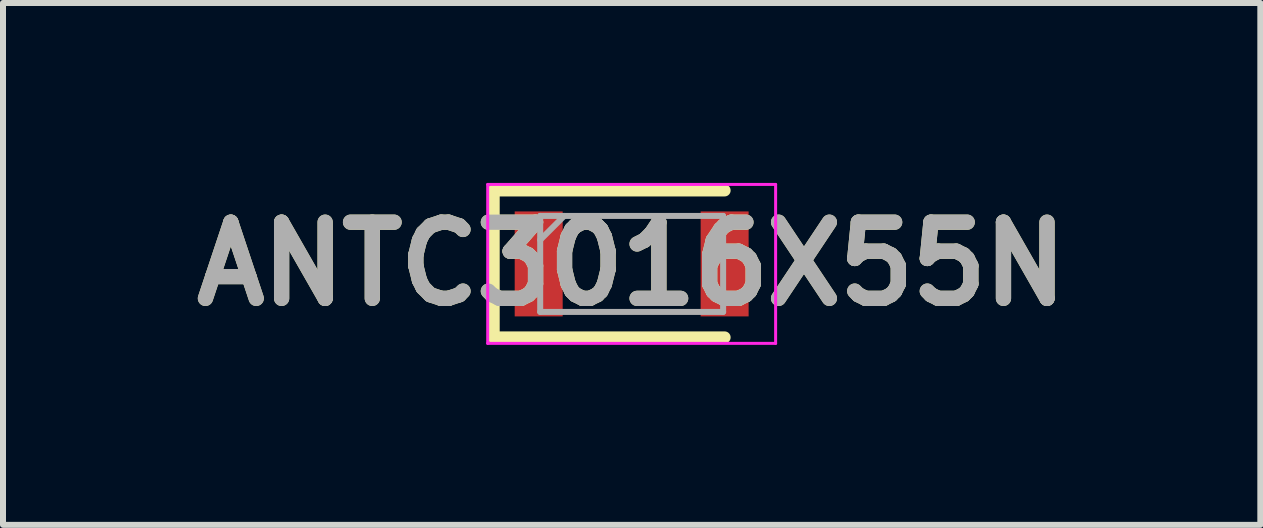
<source format=kicad_pcb>
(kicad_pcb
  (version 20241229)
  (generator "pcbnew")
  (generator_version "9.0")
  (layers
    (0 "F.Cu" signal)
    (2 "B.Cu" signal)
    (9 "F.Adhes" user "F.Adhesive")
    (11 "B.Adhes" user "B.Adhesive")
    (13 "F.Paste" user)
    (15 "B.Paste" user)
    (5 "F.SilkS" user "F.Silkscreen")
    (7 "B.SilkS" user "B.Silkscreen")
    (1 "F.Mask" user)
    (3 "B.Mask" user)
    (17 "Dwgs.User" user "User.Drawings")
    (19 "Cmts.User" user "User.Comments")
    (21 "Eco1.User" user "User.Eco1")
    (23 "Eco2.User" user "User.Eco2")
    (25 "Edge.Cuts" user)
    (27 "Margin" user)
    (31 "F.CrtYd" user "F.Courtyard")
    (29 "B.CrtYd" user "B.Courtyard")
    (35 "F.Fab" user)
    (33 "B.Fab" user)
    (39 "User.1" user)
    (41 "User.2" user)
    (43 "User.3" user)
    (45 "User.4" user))
  (footprint "ANTC3016X55N"
    (layer "F.Cu")
    (at 7.481 1.35)
    (property "Reference" "ANTC3016X55N" (at 0 0 0) (layer "F.SilkS") (effects (font (size 1.27 1.27) (thickness 0.254))))
    (attr smd)
    (fp_line (start -2.3 -1.225) (end -2.3 1.225) (stroke (width 0.2) (type solid)) (layer "F.SilkS"))
    (fp_line (start -2.3 1.225) (end 1.55 1.225) (stroke (width 0.2) (type solid)) (layer "F.SilkS"))
    (fp_line (start 1.55 -1.225) (end -2.3 -1.225) (stroke (width 0.2) (type solid)) (layer "F.SilkS"))
    (fp_line (start -2.4 -1.325) (end 2.4 -1.325) (stroke (width 0.05) (type solid)) (layer "F.CrtYd"))
    (fp_line (start -2.4 1.325) (end -2.4 -1.325) (stroke (width 0.05) (type solid)) (layer "F.CrtYd"))
    (fp_line (start 2.4 -1.325) (end 2.4 1.325) (stroke (width 0.05) (type solid)) (layer "F.CrtYd"))
    (fp_line (start 2.4 1.325) (end -2.4 1.325) (stroke (width 0.05) (type solid)) (layer "F.CrtYd"))
    (fp_line (start -1.525 -0.8) (end 1.525 -0.8) (stroke (width 0.1) (type solid)) (layer "F.Fab"))
    (fp_line (start -1.525 -0.4) (end -1.125 -0.8) (stroke (width 0.1) (type solid)) (layer "F.Fab"))
    (fp_line (start -1.525 0.8) (end -1.525 -0.8) (stroke (width 0.1) (type solid)) (layer "F.Fab"))
    (fp_line (start 1.525 -0.8) (end 1.525 0.8) (stroke (width 0.1) (type solid)) (layer "F.Fab"))
    (fp_line (start 1.525 0.8) (end -1.525 0.8) (stroke (width 0.1) (type solid)) (layer "F.Fab"))
    (fp_text user "${REFERENCE}" (at 0 0 0) (layer "F.Fab") (effects (font (size 1.27 1.27) (thickness 0.254))))
    (pad "1" smd rect (at -1.55 0) (size 0.8 1.75) (layers "F.Cu" "F.Mask" "F.Paste"))
    (pad "2" smd rect (at 1.55 0) (size 0.8 1.75) (layers "F.Cu" "F.Mask" "F.Paste")))
  (gr_rect
    (start -3 -3)
    (end 17.962 5.7)
    (stroke (width 0.1) (type default))
    (fill no)
    (layer "Edge.Cuts")))
</source>
